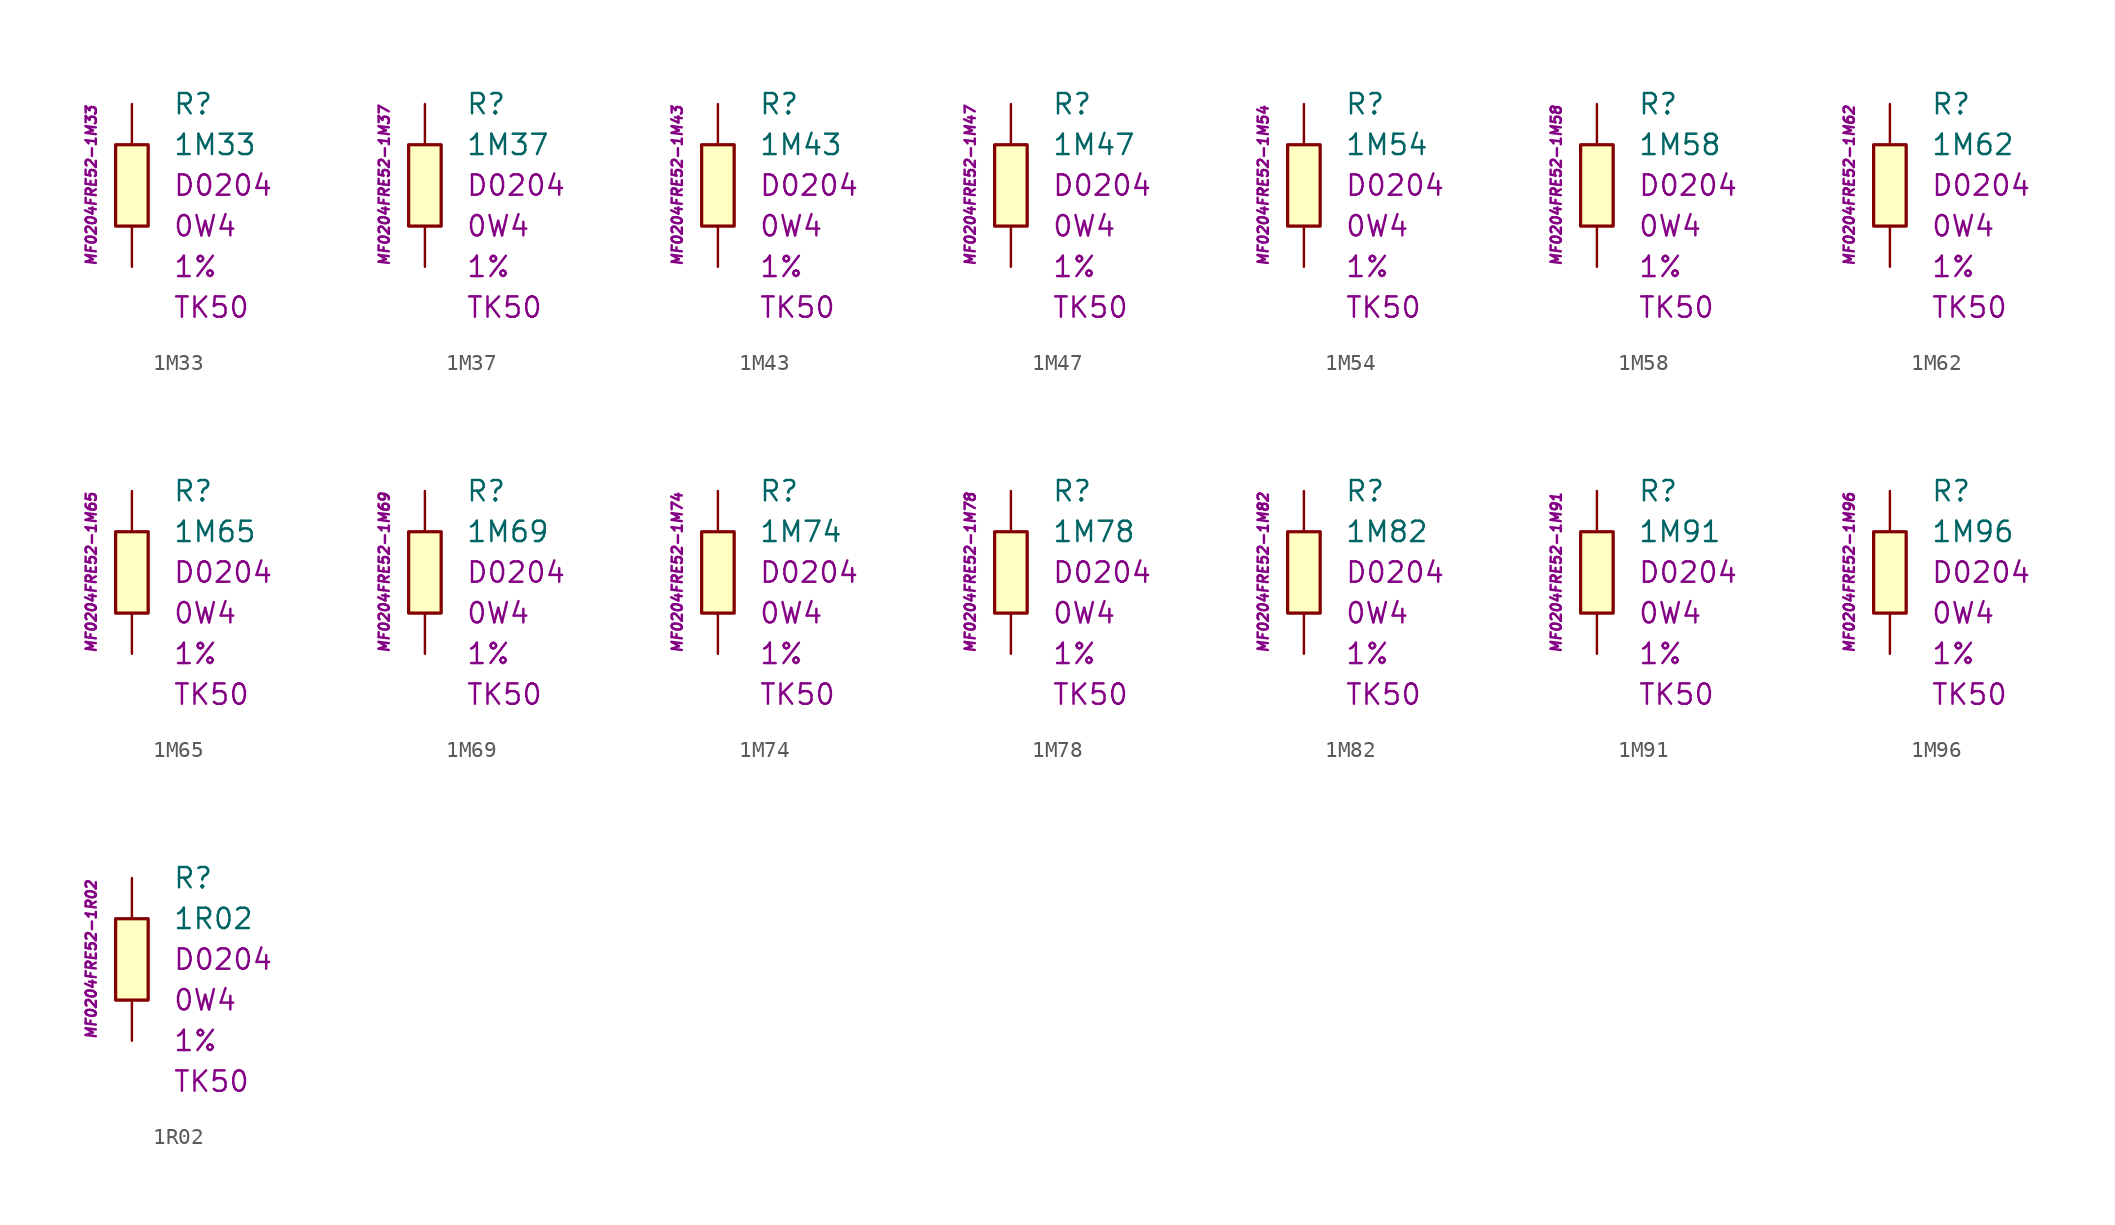
<source format=kicad_sym>
(kicad_symbol_lib
  (version 20201005)
  (generator kicad_symbol_editor)
  (symbol "1M33"
    (pin_numbers hide)
    (pin_names
      (offset 1.016) hide)
    (property "Reference" "R"
      (at 2.54 5.08 0)
      (effects (font (size 1.27 1.27)) (justify left)))
    (property "Value" "1M33"
      (at 2.54 2.54 0)
      (effects (font (size 1.27 1.27)) (justify left)))
    (property "Package" "D0204"
      (at 2.54 0 0)
      (effects (font (size 1.27 1.27)) (justify left)))
    (property "Power" "0W4"
      (at 2.54 -2.54 0)
      (effects (font (size 1.27 1.27)) (justify left)))
    (property "Tolerance" "1%"
      (at 2.54 -5.08 0)
      (effects (font (size 1.27 1.27)) (justify left)))
    (property "TK" "TK50"
      (at 2.54 -7.62 0)
      (effects (font (size 1.27 1.27)) (justify left)))
    (property "ID" "MF0204FRE52-1M33"
      (at -2.54 0 90)
      (effects (font (size 0.635 0.635) italic)))
    (symbol "1M33_0_1"
      (rectangle (start -1.016 2.54) (end 1.016 -2.54) (stroke (width 0.203)) (fill (type background))))
    (symbol "1M33_1_1"
      (pin passive line (at 0 5.08 270) (length 2.54) (name "~" (effects (font (size 1.778 1.778)))) (number "1" (effects (font (size 1.778 1.778)))))
      (pin passive line (at 0 -5.08 90) (length 2.54) (name "~" (effects (font (size 1.778 1.778)))) (number "2" (effects (font (size 1.778 1.778)))))))
  (symbol "1M37"
    (pin_numbers hide)
    (pin_names
      (offset 1.016) hide)
    (property "Reference" "R"
      (at 2.54 5.08 0)
      (effects (font (size 1.27 1.27)) (justify left)))
    (property "Value" "1M37"
      (at 2.54 2.54 0)
      (effects (font (size 1.27 1.27)) (justify left)))
    (property "Package" "D0204"
      (at 2.54 0 0)
      (effects (font (size 1.27 1.27)) (justify left)))
    (property "Power" "0W4"
      (at 2.54 -2.54 0)
      (effects (font (size 1.27 1.27)) (justify left)))
    (property "Tolerance" "1%"
      (at 2.54 -5.08 0)
      (effects (font (size 1.27 1.27)) (justify left)))
    (property "TK" "TK50"
      (at 2.54 -7.62 0)
      (effects (font (size 1.27 1.27)) (justify left)))
    (property "ID" "MF0204FRE52-1M37"
      (at -2.54 0 90)
      (effects (font (size 0.635 0.635) italic)))
    (symbol "1M37_0_1"
      (rectangle (start -1.016 2.54) (end 1.016 -2.54) (stroke (width 0.203)) (fill (type background))))
    (symbol "1M37_1_1"
      (pin passive line (at 0 5.08 270) (length 2.54) (name "~" (effects (font (size 1.778 1.778)))) (number "1" (effects (font (size 1.778 1.778)))))
      (pin passive line (at 0 -5.08 90) (length 2.54) (name "~" (effects (font (size 1.778 1.778)))) (number "2" (effects (font (size 1.778 1.778)))))))
  (symbol "1M43"
    (pin_numbers hide)
    (pin_names
      (offset 1.016) hide)
    (property "Reference" "R"
      (at 2.54 5.08 0)
      (effects (font (size 1.27 1.27)) (justify left)))
    (property "Value" "1M43"
      (at 2.54 2.54 0)
      (effects (font (size 1.27 1.27)) (justify left)))
    (property "Package" "D0204"
      (at 2.54 0 0)
      (effects (font (size 1.27 1.27)) (justify left)))
    (property "Power" "0W4"
      (at 2.54 -2.54 0)
      (effects (font (size 1.27 1.27)) (justify left)))
    (property "Tolerance" "1%"
      (at 2.54 -5.08 0)
      (effects (font (size 1.27 1.27)) (justify left)))
    (property "TK" "TK50"
      (at 2.54 -7.62 0)
      (effects (font (size 1.27 1.27)) (justify left)))
    (property "ID" "MF0204FRE52-1M43"
      (at -2.54 0 90)
      (effects (font (size 0.635 0.635) italic)))
    (symbol "1M43_0_1"
      (rectangle (start -1.016 2.54) (end 1.016 -2.54) (stroke (width 0.203)) (fill (type background))))
    (symbol "1M43_1_1"
      (pin passive line (at 0 5.08 270) (length 2.54) (name "~" (effects (font (size 1.778 1.778)))) (number "1" (effects (font (size 1.778 1.778)))))
      (pin passive line (at 0 -5.08 90) (length 2.54) (name "~" (effects (font (size 1.778 1.778)))) (number "2" (effects (font (size 1.778 1.778)))))))
  (symbol "1M47"
    (pin_numbers hide)
    (pin_names
      (offset 1.016) hide)
    (property "Reference" "R"
      (at 2.54 5.08 0)
      (effects (font (size 1.27 1.27)) (justify left)))
    (property "Value" "1M47"
      (at 2.54 2.54 0)
      (effects (font (size 1.27 1.27)) (justify left)))
    (property "Package" "D0204"
      (at 2.54 0 0)
      (effects (font (size 1.27 1.27)) (justify left)))
    (property "Power" "0W4"
      (at 2.54 -2.54 0)
      (effects (font (size 1.27 1.27)) (justify left)))
    (property "Tolerance" "1%"
      (at 2.54 -5.08 0)
      (effects (font (size 1.27 1.27)) (justify left)))
    (property "TK" "TK50"
      (at 2.54 -7.62 0)
      (effects (font (size 1.27 1.27)) (justify left)))
    (property "ID" "MF0204FRE52-1M47"
      (at -2.54 0 90)
      (effects (font (size 0.635 0.635) italic)))
    (symbol "1M47_0_1"
      (rectangle (start -1.016 2.54) (end 1.016 -2.54) (stroke (width 0.203)) (fill (type background))))
    (symbol "1M47_1_1"
      (pin passive line (at 0 5.08 270) (length 2.54) (name "~" (effects (font (size 1.778 1.778)))) (number "1" (effects (font (size 1.778 1.778)))))
      (pin passive line (at 0 -5.08 90) (length 2.54) (name "~" (effects (font (size 1.778 1.778)))) (number "2" (effects (font (size 1.778 1.778)))))))
  (symbol "1M54"
    (pin_numbers hide)
    (pin_names
      (offset 1.016) hide)
    (property "Reference" "R"
      (at 2.54 5.08 0)
      (effects (font (size 1.27 1.27)) (justify left)))
    (property "Value" "1M54"
      (at 2.54 2.54 0)
      (effects (font (size 1.27 1.27)) (justify left)))
    (property "Package" "D0204"
      (at 2.54 0 0)
      (effects (font (size 1.27 1.27)) (justify left)))
    (property "Power" "0W4"
      (at 2.54 -2.54 0)
      (effects (font (size 1.27 1.27)) (justify left)))
    (property "Tolerance" "1%"
      (at 2.54 -5.08 0)
      (effects (font (size 1.27 1.27)) (justify left)))
    (property "TK" "TK50"
      (at 2.54 -7.62 0)
      (effects (font (size 1.27 1.27)) (justify left)))
    (property "ID" "MF0204FRE52-1M54"
      (at -2.54 0 90)
      (effects (font (size 0.635 0.635) italic)))
    (symbol "1M54_0_1"
      (rectangle (start -1.016 2.54) (end 1.016 -2.54) (stroke (width 0.203)) (fill (type background))))
    (symbol "1M54_1_1"
      (pin passive line (at 0 5.08 270) (length 2.54) (name "~" (effects (font (size 1.778 1.778)))) (number "1" (effects (font (size 1.778 1.778)))))
      (pin passive line (at 0 -5.08 90) (length 2.54) (name "~" (effects (font (size 1.778 1.778)))) (number "2" (effects (font (size 1.778 1.778)))))))
  (symbol "1M58"
    (pin_numbers hide)
    (pin_names
      (offset 1.016) hide)
    (property "Reference" "R"
      (at 2.54 5.08 0)
      (effects (font (size 1.27 1.27)) (justify left)))
    (property "Value" "1M58"
      (at 2.54 2.54 0)
      (effects (font (size 1.27 1.27)) (justify left)))
    (property "Package" "D0204"
      (at 2.54 0 0)
      (effects (font (size 1.27 1.27)) (justify left)))
    (property "Power" "0W4"
      (at 2.54 -2.54 0)
      (effects (font (size 1.27 1.27)) (justify left)))
    (property "Tolerance" "1%"
      (at 2.54 -5.08 0)
      (effects (font (size 1.27 1.27)) (justify left)))
    (property "TK" "TK50"
      (at 2.54 -7.62 0)
      (effects (font (size 1.27 1.27)) (justify left)))
    (property "ID" "MF0204FRE52-1M58"
      (at -2.54 0 90)
      (effects (font (size 0.635 0.635) italic)))
    (symbol "1M58_0_1"
      (rectangle (start -1.016 2.54) (end 1.016 -2.54) (stroke (width 0.203)) (fill (type background))))
    (symbol "1M58_1_1"
      (pin passive line (at 0 5.08 270) (length 2.54) (name "~" (effects (font (size 1.778 1.778)))) (number "1" (effects (font (size 1.778 1.778)))))
      (pin passive line (at 0 -5.08 90) (length 2.54) (name "~" (effects (font (size 1.778 1.778)))) (number "2" (effects (font (size 1.778 1.778)))))))
  (symbol "1M62"
    (pin_numbers hide)
    (pin_names
      (offset 1.016) hide)
    (property "Reference" "R"
      (at 2.54 5.08 0)
      (effects (font (size 1.27 1.27)) (justify left)))
    (property "Value" "1M62"
      (at 2.54 2.54 0)
      (effects (font (size 1.27 1.27)) (justify left)))
    (property "Package" "D0204"
      (at 2.54 0 0)
      (effects (font (size 1.27 1.27)) (justify left)))
    (property "Power" "0W4"
      (at 2.54 -2.54 0)
      (effects (font (size 1.27 1.27)) (justify left)))
    (property "Tolerance" "1%"
      (at 2.54 -5.08 0)
      (effects (font (size 1.27 1.27)) (justify left)))
    (property "TK" "TK50"
      (at 2.54 -7.62 0)
      (effects (font (size 1.27 1.27)) (justify left)))
    (property "ID" "MF0204FRE52-1M62"
      (at -2.54 0 90)
      (effects (font (size 0.635 0.635) italic)))
    (symbol "1M62_0_1"
      (rectangle (start -1.016 2.54) (end 1.016 -2.54) (stroke (width 0.203)) (fill (type background))))
    (symbol "1M62_1_1"
      (pin passive line (at 0 5.08 270) (length 2.54) (name "~" (effects (font (size 1.778 1.778)))) (number "1" (effects (font (size 1.778 1.778)))))
      (pin passive line (at 0 -5.08 90) (length 2.54) (name "~" (effects (font (size 1.778 1.778)))) (number "2" (effects (font (size 1.778 1.778)))))))
  (symbol "1M65"
    (pin_numbers hide)
    (pin_names
      (offset 1.016) hide)
    (property "Reference" "R"
      (at 2.54 5.08 0)
      (effects (font (size 1.27 1.27)) (justify left)))
    (property "Value" "1M65"
      (at 2.54 2.54 0)
      (effects (font (size 1.27 1.27)) (justify left)))
    (property "Package" "D0204"
      (at 2.54 0 0)
      (effects (font (size 1.27 1.27)) (justify left)))
    (property "Power" "0W4"
      (at 2.54 -2.54 0)
      (effects (font (size 1.27 1.27)) (justify left)))
    (property "Tolerance" "1%"
      (at 2.54 -5.08 0)
      (effects (font (size 1.27 1.27)) (justify left)))
    (property "TK" "TK50"
      (at 2.54 -7.62 0)
      (effects (font (size 1.27 1.27)) (justify left)))
    (property "ID" "MF0204FRE52-1M65"
      (at -2.54 0 90)
      (effects (font (size 0.635 0.635) italic)))
    (symbol "1M65_0_1"
      (rectangle (start -1.016 2.54) (end 1.016 -2.54) (stroke (width 0.203)) (fill (type background))))
    (symbol "1M65_1_1"
      (pin passive line (at 0 5.08 270) (length 2.54) (name "~" (effects (font (size 1.778 1.778)))) (number "1" (effects (font (size 1.778 1.778)))))
      (pin passive line (at 0 -5.08 90) (length 2.54) (name "~" (effects (font (size 1.778 1.778)))) (number "2" (effects (font (size 1.778 1.778)))))))
  (symbol "1M69"
    (pin_numbers hide)
    (pin_names
      (offset 1.016) hide)
    (property "Reference" "R"
      (at 2.54 5.08 0)
      (effects (font (size 1.27 1.27)) (justify left)))
    (property "Value" "1M69"
      (at 2.54 2.54 0)
      (effects (font (size 1.27 1.27)) (justify left)))
    (property "Package" "D0204"
      (at 2.54 0 0)
      (effects (font (size 1.27 1.27)) (justify left)))
    (property "Power" "0W4"
      (at 2.54 -2.54 0)
      (effects (font (size 1.27 1.27)) (justify left)))
    (property "Tolerance" "1%"
      (at 2.54 -5.08 0)
      (effects (font (size 1.27 1.27)) (justify left)))
    (property "TK" "TK50"
      (at 2.54 -7.62 0)
      (effects (font (size 1.27 1.27)) (justify left)))
    (property "ID" "MF0204FRE52-1M69"
      (at -2.54 0 90)
      (effects (font (size 0.635 0.635) italic)))
    (symbol "1M69_0_1"
      (rectangle (start -1.016 2.54) (end 1.016 -2.54) (stroke (width 0.203)) (fill (type background))))
    (symbol "1M69_1_1"
      (pin passive line (at 0 5.08 270) (length 2.54) (name "~" (effects (font (size 1.778 1.778)))) (number "1" (effects (font (size 1.778 1.778)))))
      (pin passive line (at 0 -5.08 90) (length 2.54) (name "~" (effects (font (size 1.778 1.778)))) (number "2" (effects (font (size 1.778 1.778)))))))
  (symbol "1M74"
    (pin_numbers hide)
    (pin_names
      (offset 1.016) hide)
    (property "Reference" "R"
      (at 2.54 5.08 0)
      (effects (font (size 1.27 1.27)) (justify left)))
    (property "Value" "1M74"
      (at 2.54 2.54 0)
      (effects (font (size 1.27 1.27)) (justify left)))
    (property "Package" "D0204"
      (at 2.54 0 0)
      (effects (font (size 1.27 1.27)) (justify left)))
    (property "Power" "0W4"
      (at 2.54 -2.54 0)
      (effects (font (size 1.27 1.27)) (justify left)))
    (property "Tolerance" "1%"
      (at 2.54 -5.08 0)
      (effects (font (size 1.27 1.27)) (justify left)))
    (property "TK" "TK50"
      (at 2.54 -7.62 0)
      (effects (font (size 1.27 1.27)) (justify left)))
    (property "ID" "MF0204FRE52-1M74"
      (at -2.54 0 90)
      (effects (font (size 0.635 0.635) italic)))
    (symbol "1M74_0_1"
      (rectangle (start -1.016 2.54) (end 1.016 -2.54) (stroke (width 0.203)) (fill (type background))))
    (symbol "1M74_1_1"
      (pin passive line (at 0 5.08 270) (length 2.54) (name "~" (effects (font (size 1.778 1.778)))) (number "1" (effects (font (size 1.778 1.778)))))
      (pin passive line (at 0 -5.08 90) (length 2.54) (name "~" (effects (font (size 1.778 1.778)))) (number "2" (effects (font (size 1.778 1.778)))))))
  (symbol "1M78"
    (pin_numbers hide)
    (pin_names
      (offset 1.016) hide)
    (property "Reference" "R"
      (at 2.54 5.08 0)
      (effects (font (size 1.27 1.27)) (justify left)))
    (property "Value" "1M78"
      (at 2.54 2.54 0)
      (effects (font (size 1.27 1.27)) (justify left)))
    (property "Package" "D0204"
      (at 2.54 0 0)
      (effects (font (size 1.27 1.27)) (justify left)))
    (property "Power" "0W4"
      (at 2.54 -2.54 0)
      (effects (font (size 1.27 1.27)) (justify left)))
    (property "Tolerance" "1%"
      (at 2.54 -5.08 0)
      (effects (font (size 1.27 1.27)) (justify left)))
    (property "TK" "TK50"
      (at 2.54 -7.62 0)
      (effects (font (size 1.27 1.27)) (justify left)))
    (property "ID" "MF0204FRE52-1M78"
      (at -2.54 0 90)
      (effects (font (size 0.635 0.635) italic)))
    (symbol "1M78_0_1"
      (rectangle (start -1.016 2.54) (end 1.016 -2.54) (stroke (width 0.203)) (fill (type background))))
    (symbol "1M78_1_1"
      (pin passive line (at 0 5.08 270) (length 2.54) (name "~" (effects (font (size 1.778 1.778)))) (number "1" (effects (font (size 1.778 1.778)))))
      (pin passive line (at 0 -5.08 90) (length 2.54) (name "~" (effects (font (size 1.778 1.778)))) (number "2" (effects (font (size 1.778 1.778)))))))
  (symbol "1M82"
    (pin_numbers hide)
    (pin_names
      (offset 1.016) hide)
    (property "Reference" "R"
      (at 2.54 5.08 0)
      (effects (font (size 1.27 1.27)) (justify left)))
    (property "Value" "1M82"
      (at 2.54 2.54 0)
      (effects (font (size 1.27 1.27)) (justify left)))
    (property "Package" "D0204"
      (at 2.54 0 0)
      (effects (font (size 1.27 1.27)) (justify left)))
    (property "Power" "0W4"
      (at 2.54 -2.54 0)
      (effects (font (size 1.27 1.27)) (justify left)))
    (property "Tolerance" "1%"
      (at 2.54 -5.08 0)
      (effects (font (size 1.27 1.27)) (justify left)))
    (property "TK" "TK50"
      (at 2.54 -7.62 0)
      (effects (font (size 1.27 1.27)) (justify left)))
    (property "ID" "MF0204FRE52-1M82"
      (at -2.54 0 90)
      (effects (font (size 0.635 0.635) italic)))
    (symbol "1M82_0_1"
      (rectangle (start -1.016 2.54) (end 1.016 -2.54) (stroke (width 0.203)) (fill (type background))))
    (symbol "1M82_1_1"
      (pin passive line (at 0 5.08 270) (length 2.54) (name "~" (effects (font (size 1.778 1.778)))) (number "1" (effects (font (size 1.778 1.778)))))
      (pin passive line (at 0 -5.08 90) (length 2.54) (name "~" (effects (font (size 1.778 1.778)))) (number "2" (effects (font (size 1.778 1.778)))))))
  (symbol "1M91"
    (pin_numbers hide)
    (pin_names
      (offset 1.016) hide)
    (property "Reference" "R"
      (at 2.54 5.08 0)
      (effects (font (size 1.27 1.27)) (justify left)))
    (property "Value" "1M91"
      (at 2.54 2.54 0)
      (effects (font (size 1.27 1.27)) (justify left)))
    (property "Package" "D0204"
      (at 2.54 0 0)
      (effects (font (size 1.27 1.27)) (justify left)))
    (property "Power" "0W4"
      (at 2.54 -2.54 0)
      (effects (font (size 1.27 1.27)) (justify left)))
    (property "Tolerance" "1%"
      (at 2.54 -5.08 0)
      (effects (font (size 1.27 1.27)) (justify left)))
    (property "TK" "TK50"
      (at 2.54 -7.62 0)
      (effects (font (size 1.27 1.27)) (justify left)))
    (property "ID" "MF0204FRE52-1M91"
      (at -2.54 0 90)
      (effects (font (size 0.635 0.635) italic)))
    (symbol "1M91_0_1"
      (rectangle (start -1.016 2.54) (end 1.016 -2.54) (stroke (width 0.203)) (fill (type background))))
    (symbol "1M91_1_1"
      (pin passive line (at 0 5.08 270) (length 2.54) (name "~" (effects (font (size 1.778 1.778)))) (number "1" (effects (font (size 1.778 1.778)))))
      (pin passive line (at 0 -5.08 90) (length 2.54) (name "~" (effects (font (size 1.778 1.778)))) (number "2" (effects (font (size 1.778 1.778)))))))
  (symbol "1M96"
    (pin_numbers hide)
    (pin_names
      (offset 1.016) hide)
    (property "Reference" "R"
      (at 2.54 5.08 0)
      (effects (font (size 1.27 1.27)) (justify left)))
    (property "Value" "1M96"
      (at 2.54 2.54 0)
      (effects (font (size 1.27 1.27)) (justify left)))
    (property "Package" "D0204"
      (at 2.54 0 0)
      (effects (font (size 1.27 1.27)) (justify left)))
    (property "Power" "0W4"
      (at 2.54 -2.54 0)
      (effects (font (size 1.27 1.27)) (justify left)))
    (property "Tolerance" "1%"
      (at 2.54 -5.08 0)
      (effects (font (size 1.27 1.27)) (justify left)))
    (property "TK" "TK50"
      (at 2.54 -7.62 0)
      (effects (font (size 1.27 1.27)) (justify left)))
    (property "ID" "MF0204FRE52-1M96"
      (at -2.54 0 90)
      (effects (font (size 0.635 0.635) italic)))
    (symbol "1M96_0_1"
      (rectangle (start -1.016 2.54) (end 1.016 -2.54) (stroke (width 0.203)) (fill (type background))))
    (symbol "1M96_1_1"
      (pin passive line (at 0 5.08 270) (length 2.54) (name "~" (effects (font (size 1.778 1.778)))) (number "1" (effects (font (size 1.778 1.778)))))
      (pin passive line (at 0 -5.08 90) (length 2.54) (name "~" (effects (font (size 1.778 1.778)))) (number "2" (effects (font (size 1.778 1.778)))))))
  (symbol "1R02"
    (pin_numbers hide)
    (pin_names
      (offset 1.016) hide)
    (property "Reference" "R"
      (at 2.54 5.08 0)
      (effects (font (size 1.27 1.27)) (justify left)))
    (property "Value" "1R02"
      (at 2.54 2.54 0)
      (effects (font (size 1.27 1.27)) (justify left)))
    (property "Package" "D0204"
      (at 2.54 0 0)
      (effects (font (size 1.27 1.27)) (justify left)))
    (property "Power" "0W4"
      (at 2.54 -2.54 0)
      (effects (font (size 1.27 1.27)) (justify left)))
    (property "Tolerance" "1%"
      (at 2.54 -5.08 0)
      (effects (font (size 1.27 1.27)) (justify left)))
    (property "TK" "TK50"
      (at 2.54 -7.62 0)
      (effects (font (size 1.27 1.27)) (justify left)))
    (property "ID" "MF0204FRE52-1R02"
      (at -2.54 0 90)
      (effects (font (size 0.635 0.635) italic)))
    (symbol "1R02_0_1"
      (rectangle (start -1.016 2.54) (end 1.016 -2.54) (stroke (width 0.203)) (fill (type background))))
    (symbol "1R02_1_1"
      (pin passive line (at 0 5.08 270) (length 2.54) (name "~" (effects (font (size 1.778 1.778)))) (number "1" (effects (font (size 1.778 1.778)))))
      (pin passive line (at 0 -5.08 90) (length 2.54) (name "~" (effects (font (size 1.778 1.778)))) (number "2" (effects (font (size 1.778 1.778))))))))
</source>
